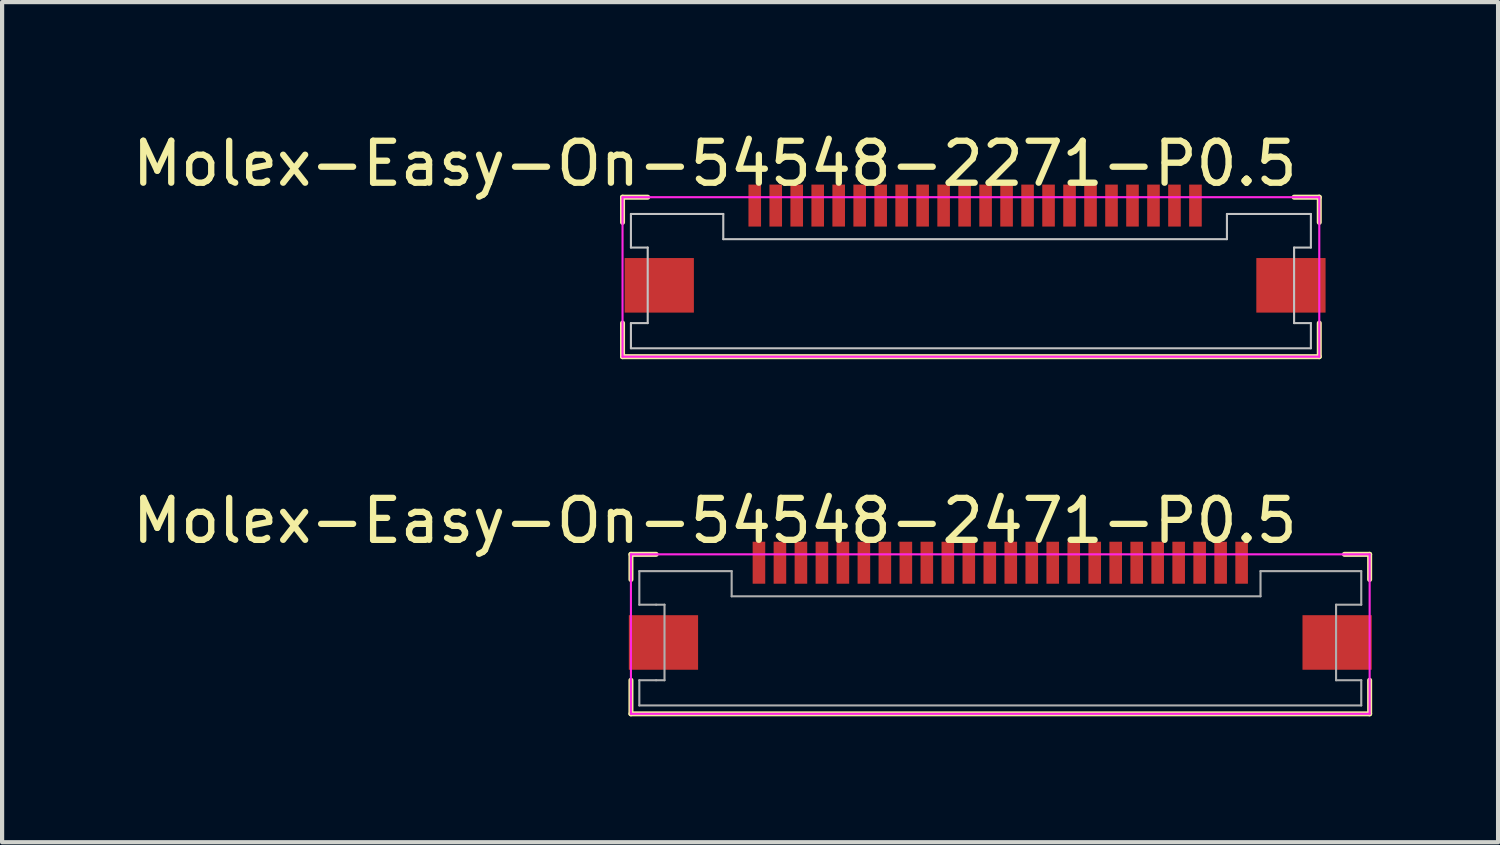
<source format=kicad_pcb>
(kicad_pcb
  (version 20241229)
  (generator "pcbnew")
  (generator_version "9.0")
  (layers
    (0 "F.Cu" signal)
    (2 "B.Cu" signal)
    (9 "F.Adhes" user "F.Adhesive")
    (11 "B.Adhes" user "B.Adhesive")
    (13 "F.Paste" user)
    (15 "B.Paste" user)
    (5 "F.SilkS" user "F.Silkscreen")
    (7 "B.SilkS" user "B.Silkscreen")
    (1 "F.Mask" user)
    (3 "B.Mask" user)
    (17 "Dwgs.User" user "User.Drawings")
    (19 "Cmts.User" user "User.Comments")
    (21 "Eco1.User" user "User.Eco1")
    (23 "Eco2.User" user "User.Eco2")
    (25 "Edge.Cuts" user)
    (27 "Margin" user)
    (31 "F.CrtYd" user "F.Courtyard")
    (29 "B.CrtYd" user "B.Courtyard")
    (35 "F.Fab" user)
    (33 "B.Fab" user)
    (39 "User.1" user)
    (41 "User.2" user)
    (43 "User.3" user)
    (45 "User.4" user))
  (footprint "Molex-Easy-On-54548-2471-P0.5"
    (layer "F.Cu")
    (at 20.782 10.357)
    (property "Reference" "Molex-Easy-On-54548-2471-P0.5" (at -6.8 -1 0) (layer "F.SilkS") (effects (font (size 1 1) (thickness 0.15))))
    (attr through_hole)
    (fp_line (start -8.8 -0.2) (end -8.2 -0.2) (stroke (width 0.12) (type solid)) (layer "F.SilkS"))
    (fp_line (start -8.8 0.4) (end -8.8 -0.2) (stroke (width 0.12) (type solid)) (layer "F.SilkS"))
    (fp_line (start -8.8 2.8) (end -8.8 3.6) (stroke (width 0.12) (type solid)) (layer "F.SilkS"))
    (fp_line (start -8.8 3.6) (end 8.8 3.6) (stroke (width 0.12) (type solid)) (layer "F.SilkS"))
    (fp_line (start 8.8 -0.2) (end 8.2 -0.2) (stroke (width 0.12) (type solid)) (layer "F.SilkS"))
    (fp_line (start 8.8 0.4) (end 8.8 -0.2) (stroke (width 0.12) (type solid)) (layer "F.SilkS"))
    (fp_line (start 8.8 3.6) (end 8.8 2.8) (stroke (width 0.12) (type solid)) (layer "F.SilkS"))
    (fp_line (start -8.8 -0.2) (end 8.8 -0.2) (stroke (width 0.05) (type solid)) (layer "F.CrtYd"))
    (fp_line (start -8.8 3.6) (end -8.8 -0.2) (stroke (width 0.05) (type solid)) (layer "F.CrtYd"))
    (fp_line (start 8.8 -0.2) (end 8.8 3.6) (stroke (width 0.05) (type solid)) (layer "F.CrtYd"))
    (fp_line (start 8.8 3.6) (end -8.8 3.6) (stroke (width 0.05) (type solid)) (layer "F.CrtYd"))
    (fp_line (start -8.6 0.2) (end -6.4 0.2) (stroke (width 0.05) (type solid)) (layer "F.Fab"))
    (fp_line (start -8.6 1) (end -8.6 0.2) (stroke (width 0.05) (type solid)) (layer "F.Fab"))
    (fp_line (start -8.6 2.8) (end -8.2 2.8) (stroke (width 0.05) (type solid)) (layer "F.Fab"))
    (fp_line (start -8.6 3.4) (end -8.6 2.8) (stroke (width 0.05) (type solid)) (layer "F.Fab"))
    (fp_line (start -8.2 1) (end -8.6 1) (stroke (width 0.05) (type solid)) (layer "F.Fab"))
    (fp_line (start -8.2 2.8) (end -8 2.8) (stroke (width 0.05) (type solid)) (layer "F.Fab"))
    (fp_line (start -8 1) (end -8.2 1) (stroke (width 0.05) (type solid)) (layer "F.Fab"))
    (fp_line (start -8 2.8) (end -8 1) (stroke (width 0.05) (type solid)) (layer "F.Fab"))
    (fp_line (start -6.4 0.2) (end -6.4 0.8) (stroke (width 0.05) (type solid)) (layer "F.Fab"))
    (fp_line (start -6.4 0.8) (end 6.2 0.8) (stroke (width 0.05) (type solid)) (layer "F.Fab"))
    (fp_line (start 6.2 0.2) (end 8.6 0.2) (stroke (width 0.05) (type solid)) (layer "F.Fab"))
    (fp_line (start 6.2 0.8) (end 6.2 0.2) (stroke (width 0.05) (type solid)) (layer "F.Fab"))
    (fp_line (start 8 1) (end 8 2.8) (stroke (width 0.05) (type solid)) (layer "F.Fab"))
    (fp_line (start 8 2.8) (end 8.6 2.8) (stroke (width 0.05) (type solid)) (layer "F.Fab"))
    (fp_line (start 8.6 0.2) (end 8.6 1) (stroke (width 0.05) (type solid)) (layer "F.Fab"))
    (fp_line (start 8.6 1) (end 8 1) (stroke (width 0.05) (type solid)) (layer "F.Fab"))
    (fp_line (start 8.6 2.8) (end 8.6 3.4) (stroke (width 0.05) (type solid)) (layer "F.Fab"))
    (fp_line (start 8.6 3.4) (end -8.6 3.4) (stroke (width 0.05) (type solid)) (layer "F.Fab"))
    (pad "1" smd rect (at -5.75 0) (size 0.3 1) (layers "F.Cu" "F.Mask" "F.Paste"))
    (pad "2" smd rect (at -5.25 0) (size 0.3 1) (layers "F.Cu" "F.Mask" "F.Paste"))
    (pad "3" smd rect (at -4.75 0) (size 0.3 1) (layers "F.Cu" "F.Mask" "F.Paste"))
    (pad "4" smd rect (at -4.25 0) (size 0.3 1) (layers "F.Cu" "F.Mask" "F.Paste"))
    (pad "5" smd rect (at -3.75 0) (size 0.3 1) (layers "F.Cu" "F.Mask" "F.Paste"))
    (pad "6" smd rect (at -3.25 0) (size 0.3 1) (layers "F.Cu" "F.Mask" "F.Paste"))
    (pad "7" smd rect (at -2.75 0) (size 0.3 1) (layers "F.Cu" "F.Mask" "F.Paste"))
    (pad "8" smd rect (at -2.25 0) (size 0.3 1) (layers "F.Cu" "F.Mask" "F.Paste"))
    (pad "9" smd rect (at -1.75 0) (size 0.3 1) (layers "F.Cu" "F.Mask" "F.Paste"))
    (pad "10" smd rect (at -1.25 0) (size 0.3 1) (layers "F.Cu" "F.Mask" "F.Paste"))
    (pad "11" smd rect (at -0.75 0) (size 0.3 1) (layers "F.Cu" "F.Mask" "F.Paste"))
    (pad "12" smd rect (at -0.25 0) (size 0.3 1) (layers "F.Cu" "F.Mask" "F.Paste"))
    (pad "13" smd rect (at 0.25 0) (size 0.3 1) (layers "F.Cu" "F.Mask" "F.Paste"))
    (pad "14" smd rect (at 0.75 0) (size 0.3 1) (layers "F.Cu" "F.Mask" "F.Paste"))
    (pad "15" smd rect (at 1.25 0) (size 0.3 1) (layers "F.Cu" "F.Mask" "F.Paste"))
    (pad "16" smd rect (at 1.75 0) (size 0.3 1) (layers "F.Cu" "F.Mask" "F.Paste"))
    (pad "17" smd rect (at 2.25 0) (size 0.3 1) (layers "F.Cu" "F.Mask" "F.Paste"))
    (pad "18" smd rect (at 2.75 0) (size 0.3 1) (layers "F.Cu" "F.Mask" "F.Paste"))
    (pad "19" smd rect (at 3.25 0) (size 0.3 1) (layers "F.Cu" "F.Mask" "F.Paste"))
    (pad "20" smd rect (at 3.75 0) (size 0.3 1) (layers "F.Cu" "F.Mask" "F.Paste"))
    (pad "21" smd rect (at 4.25 0) (size 0.3 1) (layers "F.Cu" "F.Mask" "F.Paste"))
    (pad "22" smd rect (at 4.75 0) (size 0.3 1) (layers "F.Cu" "F.Mask" "F.Paste"))
    (pad "23" smd rect (at 5.25 0) (size 0.3 1) (layers "F.Cu" "F.Mask" "F.Paste"))
    (pad "24" smd rect (at 5.75 0) (size 0.3 1) (layers "F.Cu" "F.Mask" "F.Paste"))
    (pad "MP" smd rect (at -8.025 1.9) (size 1.65 1.3) (layers "F.Cu" "F.Mask" "F.Paste"))
    (pad "MP" smd rect (at 8.025 1.9) (size 1.65 1.3) (layers "F.Cu" "F.Mask" "F.Paste")))
  (footprint "Molex-Easy-On-54548-2271-P0.5"
    (layer "F.Cu")
    (at 20.182 1.848)
    (property "Reference" "Molex-Easy-On-54548-2271-P0.5" (at -6.2 -1 0) (layer "F.SilkS") (effects (font (size 1 1) (thickness 0.15))))
    (attr through_hole)
    (fp_line (start -8.4 -0.2) (end -8.4 0.4) (stroke (width 0.12) (type solid)) (layer "F.SilkS"))
    (fp_line (start -8.4 2.8) (end -8.4 3.6) (stroke (width 0.12) (type solid)) (layer "F.SilkS"))
    (fp_line (start -8.4 3.6) (end 8.2 3.6) (stroke (width 0.12) (type solid)) (layer "F.SilkS"))
    (fp_line (start -7.8 -0.2) (end -8.4 -0.2) (stroke (width 0.12) (type solid)) (layer "F.SilkS"))
    (fp_line (start 8.2 -0.2) (end 7.6 -0.2) (stroke (width 0.12) (type solid)) (layer "F.SilkS"))
    (fp_line (start 8.2 0.4) (end 8.2 -0.2) (stroke (width 0.12) (type solid)) (layer "F.SilkS"))
    (fp_line (start 8.2 3.6) (end 8.2 2.8) (stroke (width 0.12) (type solid)) (layer "F.SilkS"))
    (fp_line (start -8.2 0.2) (end -6 0.2) (stroke (width 0.05) (type solid)) (layer "Dwgs.User"))
    (fp_line (start -8.2 1) (end -8.2 0.2) (stroke (width 0.05) (type solid)) (layer "Dwgs.User"))
    (fp_line (start -8.2 2.8) (end -7.8 2.8) (stroke (width 0.05) (type solid)) (layer "Dwgs.User"))
    (fp_line (start -8.2 3.4) (end -8.2 2.8) (stroke (width 0.05) (type solid)) (layer "Dwgs.User"))
    (fp_line (start -7.8 1) (end -8.2 1) (stroke (width 0.05) (type solid)) (layer "Dwgs.User"))
    (fp_line (start -7.8 2.8) (end -7.8 1) (stroke (width 0.05) (type solid)) (layer "Dwgs.User"))
    (fp_line (start -6 0.2) (end -6 0.8) (stroke (width 0.05) (type solid)) (layer "Dwgs.User"))
    (fp_line (start -6 0.8) (end 6 0.8) (stroke (width 0.05) (type solid)) (layer "Dwgs.User"))
    (fp_line (start 6 0.2) (end 8 0.2) (stroke (width 0.05) (type solid)) (layer "Dwgs.User"))
    (fp_line (start 6 0.8) (end 6 0.2) (stroke (width 0.05) (type solid)) (layer "Dwgs.User"))
    (fp_line (start 7.6 1) (end 7.6 2.8) (stroke (width 0.05) (type solid)) (layer "Dwgs.User"))
    (fp_line (start 7.6 2.8) (end 8 2.8) (stroke (width 0.05) (type solid)) (layer "Dwgs.User"))
    (fp_line (start 8 0.2) (end 8 1) (stroke (width 0.05) (type solid)) (layer "Dwgs.User"))
    (fp_line (start 8 1) (end 7.6 1) (stroke (width 0.05) (type solid)) (layer "Dwgs.User"))
    (fp_line (start 8 2.8) (end 8 3.4) (stroke (width 0.05) (type solid)) (layer "Dwgs.User"))
    (fp_line (start 8 3.4) (end -8.2 3.4) (stroke (width 0.05) (type solid)) (layer "Dwgs.User"))
    (fp_line (start -8.4 -0.2) (end 8.2 -0.2) (stroke (width 0.05) (type solid)) (layer "F.CrtYd"))
    (fp_line (start -8.4 3.6) (end -8.4 -0.2) (stroke (width 0.05) (type solid)) (layer "F.CrtYd"))
    (fp_line (start 8.2 -0.2) (end 8.2 3.6) (stroke (width 0.05) (type solid)) (layer "F.CrtYd"))
    (fp_line (start 8.2 3.6) (end -8.4 3.6) (stroke (width 0.05) (type solid)) (layer "F.CrtYd"))
    (pad "1" smd rect (at -5.25 0) (size 0.3 1) (layers "F.Cu" "F.Mask" "F.Paste"))
    (pad "2" smd rect (at -4.75 0) (size 0.3 1) (layers "F.Cu" "F.Mask" "F.Paste"))
    (pad "3" smd rect (at -4.25 0) (size 0.3 1) (layers "F.Cu" "F.Mask" "F.Paste"))
    (pad "4" smd rect (at -3.75 0) (size 0.3 1) (layers "F.Cu" "F.Mask" "F.Paste"))
    (pad "5" smd rect (at -3.25 0) (size 0.3 1) (layers "F.Cu" "F.Mask" "F.Paste"))
    (pad "6" smd rect (at -2.75 0) (size 0.3 1) (layers "F.Cu" "F.Mask" "F.Paste"))
    (pad "7" smd rect (at -2.25 0) (size 0.3 1) (layers "F.Cu" "F.Mask" "F.Paste"))
    (pad "8" smd rect (at -1.75 0) (size 0.3 1) (layers "F.Cu" "F.Mask" "F.Paste"))
    (pad "9" smd rect (at -1.25 0) (size 0.3 1) (layers "F.Cu" "F.Mask" "F.Paste"))
    (pad "10" smd rect (at -0.75 0) (size 0.3 1) (layers "F.Cu" "F.Mask" "F.Paste"))
    (pad "11" smd rect (at -0.25 0) (size 0.3 1) (layers "F.Cu" "F.Mask" "F.Paste"))
    (pad "12" smd rect (at 0.25 0) (size 0.3 1) (layers "F.Cu" "F.Mask" "F.Paste"))
    (pad "13" smd rect (at 0.75 0) (size 0.3 1) (layers "F.Cu" "F.Mask" "F.Paste"))
    (pad "14" smd rect (at 1.25 0) (size 0.3 1) (layers "F.Cu" "F.Mask" "F.Paste"))
    (pad "15" smd rect (at 1.75 0) (size 0.3 1) (layers "F.Cu" "F.Mask" "F.Paste"))
    (pad "16" smd rect (at 2.25 0) (size 0.3 1) (layers "F.Cu" "F.Mask" "F.Paste"))
    (pad "17" smd rect (at 2.75 0) (size 0.3 1) (layers "F.Cu" "F.Mask" "F.Paste"))
    (pad "18" smd rect (at 3.25 0) (size 0.3 1) (layers "F.Cu" "F.Mask" "F.Paste"))
    (pad "19" smd rect (at 3.75 0) (size 0.3 1) (layers "F.Cu" "F.Mask" "F.Paste"))
    (pad "20" smd rect (at 4.25 0) (size 0.3 1) (layers "F.Cu" "F.Mask" "F.Paste"))
    (pad "21" smd rect (at 4.75 0) (size 0.3 1) (layers "F.Cu" "F.Mask" "F.Paste"))
    (pad "22" smd rect (at 5.25 0) (size 0.3 1) (layers "F.Cu" "F.Mask" "F.Paste"))
    (pad "MP" smd rect (at -7.525 1.9) (size 1.65 1.3) (layers "F.Cu" "F.Mask" "F.Paste"))
    (pad "MP" smd rect (at 7.525 1.9) (size 1.65 1.3) (layers "F.Cu" "F.Mask" "F.Paste")))
  (gr_rect
    (start -3 -3)
    (end 32.642 17.017)
    (stroke (width 0.1) (type default))
    (fill no)
    (layer "Edge.Cuts")))
</source>
